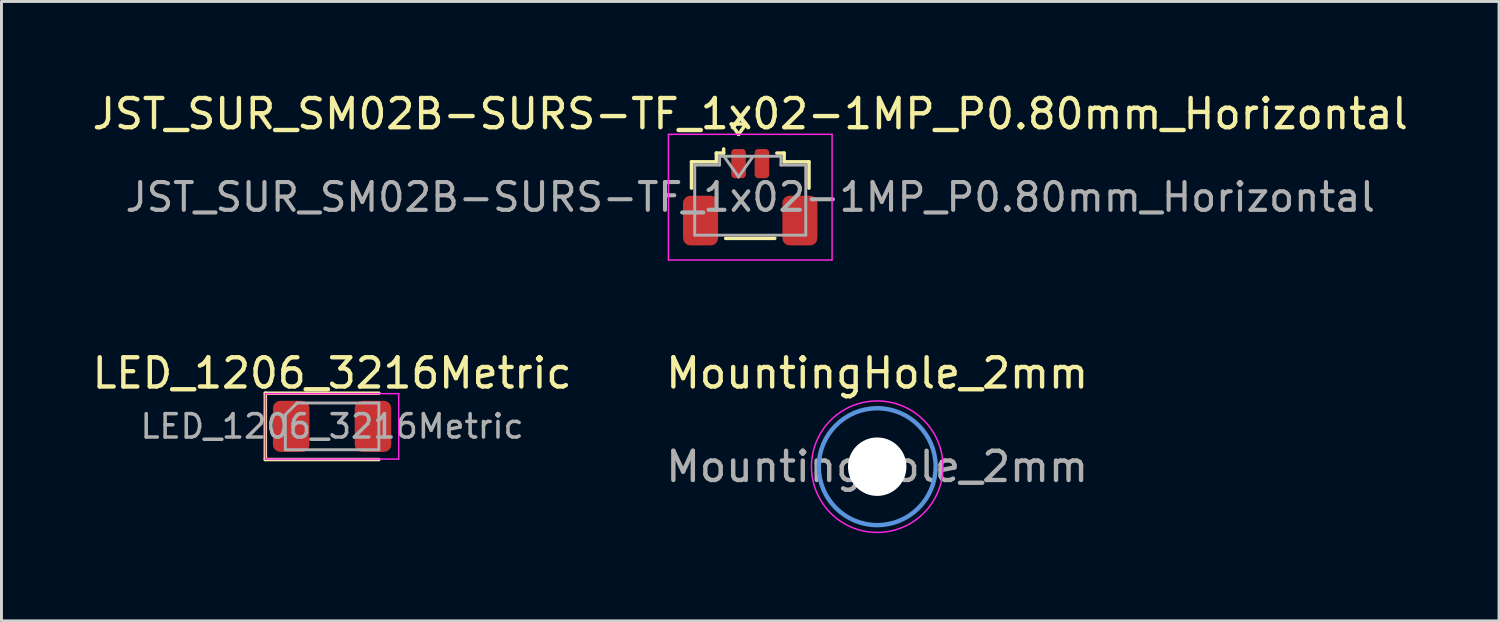
<source format=kicad_pcb>
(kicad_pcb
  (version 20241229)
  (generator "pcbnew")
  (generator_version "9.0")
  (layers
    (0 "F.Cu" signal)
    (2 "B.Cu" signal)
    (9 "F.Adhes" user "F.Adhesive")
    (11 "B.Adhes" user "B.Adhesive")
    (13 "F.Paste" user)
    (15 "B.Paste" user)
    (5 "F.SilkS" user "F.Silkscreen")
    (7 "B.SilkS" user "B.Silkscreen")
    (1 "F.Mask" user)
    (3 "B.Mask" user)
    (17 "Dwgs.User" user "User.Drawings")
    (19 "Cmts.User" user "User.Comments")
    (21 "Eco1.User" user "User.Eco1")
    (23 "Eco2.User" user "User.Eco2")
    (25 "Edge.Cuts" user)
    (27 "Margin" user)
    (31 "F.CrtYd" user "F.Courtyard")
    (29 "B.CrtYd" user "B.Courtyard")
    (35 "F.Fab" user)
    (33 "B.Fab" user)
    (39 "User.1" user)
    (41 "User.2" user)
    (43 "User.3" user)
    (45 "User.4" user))
  (footprint "JST_SUR_SM02B-SURS-TF_1x02-1MP_P0.80mm_Horizontal"
    (layer "F.Cu")
    (at 22.625 3.698)
    (property "Reference" "JST_SUR_SM02B-SURS-TF_1x02-1MP_P0.80mm_Horizontal" (at 0 -2.85 0) (layer "F.SilkS") (effects (font (size 1 1) (thickness 0.15))))
    (attr smd)
    (fp_line (start -2.01 -1.21) (end -1.16 -1.21) (stroke (width 0.12) (type solid)) (layer "F.SilkS"))
    (fp_line (start -2.01 -0.31) (end -2.01 -1.21) (stroke (width 0.12) (type solid)) (layer "F.SilkS"))
    (fp_line (start -1.16 -1.51) (end -0.91 -1.51) (stroke (width 0.12) (type solid)) (layer "F.SilkS"))
    (fp_line (start -1.16 -1.21) (end -1.16 -1.51) (stroke (width 0.12) (type solid)) (layer "F.SilkS"))
    (fp_line (start -0.91 -1.51) (end -0.91 -1.65) (stroke (width 0.12) (type solid)) (layer "F.SilkS"))
    (fp_line (start -0.84 1.41) (end 0.84 1.41) (stroke (width 0.12) (type solid)) (layer "F.SilkS"))
    (fp_line (start -0.65 -2.504) (end -0.4 -2.15) (stroke (width 0.12) (type solid)) (layer "F.SilkS"))
    (fp_line (start -0.4 -2.15) (end -0.15 -2.504) (stroke (width 0.12) (type solid)) (layer "F.SilkS"))
    (fp_line (start -0.15 -2.504) (end -0.65 -2.504) (stroke (width 0.12) (type solid)) (layer "F.SilkS"))
    (fp_line (start 1.16 -1.51) (end 0.91 -1.51) (stroke (width 0.12) (type solid)) (layer "F.SilkS"))
    (fp_line (start 1.16 -1.21) (end 1.16 -1.51) (stroke (width 0.12) (type solid)) (layer "F.SilkS"))
    (fp_line (start 2.01 -1.21) (end 1.16 -1.21) (stroke (width 0.12) (type solid)) (layer "F.SilkS"))
    (fp_line (start 2.01 -0.31) (end 2.01 -1.21) (stroke (width 0.12) (type solid)) (layer "F.SilkS"))
    (fp_line (start -2.8 -2.15) (end -2.8 2.15) (stroke (width 0.05) (type solid)) (layer "F.CrtYd"))
    (fp_line (start -2.8 2.15) (end 2.8 2.15) (stroke (width 0.05) (type solid)) (layer "F.CrtYd"))
    (fp_line (start 2.8 -2.15) (end -2.8 -2.15) (stroke (width 0.05) (type solid)) (layer "F.CrtYd"))
    (fp_line (start 2.8 2.15) (end 2.8 -2.15) (stroke (width 0.05) (type solid)) (layer "F.CrtYd"))
    (fp_line (start -1.9 -1.1) (end -1.9 1.3) (stroke (width 0.1) (type solid)) (layer "F.Fab"))
    (fp_line (start -1.9 -1.1) (end -1.05 -1.1) (stroke (width 0.1) (type solid)) (layer "F.Fab"))
    (fp_line (start -1.9 1.3) (end 1.9 1.3) (stroke (width 0.1) (type solid)) (layer "F.Fab"))
    (fp_line (start -1.05 -1.4) (end 1.05 -1.4) (stroke (width 0.1) (type solid)) (layer "F.Fab"))
    (fp_line (start -1.05 -1.1) (end -1.05 -1.4) (stroke (width 0.1) (type solid)) (layer "F.Fab"))
    (fp_line (start -0.9 -1.4) (end -0.4 -0.693) (stroke (width 0.1) (type solid)) (layer "F.Fab"))
    (fp_line (start -0.4 -0.693) (end 0.1 -1.4) (stroke (width 0.1) (type solid)) (layer "F.Fab"))
    (fp_line (start 1.05 -1.4) (end 1.05 -1.1) (stroke (width 0.1) (type solid)) (layer "F.Fab"))
    (fp_line (start 1.05 -1.1) (end 1.9 -1.1) (stroke (width 0.1) (type solid)) (layer "F.Fab"))
    (fp_line (start 1.9 -1.1) (end 1.9 1.3) (stroke (width 0.1) (type solid)) (layer "F.Fab"))
    (fp_text user "${REFERENCE}" (at 0 0 0) (layer "F.Fab") (effects (font (size 0.95 0.95) (thickness 0.14))))
    (pad "1" smd roundrect (at -0.4 -1.15) (size 0.5 1) (layers "F.Cu" "F.Mask" "F.Paste") (roundrect_rratio 0.25))
    (pad "2" smd roundrect (at 0.4 -1.15) (size 0.5 1) (layers "F.Cu" "F.Mask" "F.Paste") (roundrect_rratio 0.25))
    (pad "MP" smd roundrect (at -1.7 0.8) (size 1.2 1.7) (layers "F.Cu" "F.Mask" "F.Paste") (roundrect_rratio 0.208))
    (pad "MP" smd roundrect (at 1.7 0.8) (size 1.2 1.7) (layers "F.Cu" "F.Mask" "F.Paste") (roundrect_rratio 0.208)))
  (footprint "MountingHole_2mm"
    (layer "F.Cu")
    (at 26.97 12.921)
    (property "Reference" "MountingHole_2mm" (at 0 -3.2 0) (layer "F.SilkS") (effects (font (size 1 1) (thickness 0.15))))
    (attr exclude_from_pos_files exclude_from_bom)
    (fp_circle (center 0 0) (end 2 0) (stroke (width 0.15) (type solid)) (fill no) (layer "Cmts.User"))
    (fp_circle (center 0 0) (end 2.25 0) (stroke (width 0.05) (type solid)) (fill no) (layer "F.CrtYd"))
    (fp_text user "${REFERENCE}" (at 0 0 0) (layer "F.Fab") (effects (font (size 1 1) (thickness 0.15))))
    (pad "" np_thru_hole circle (at 0 0) (size 2 2) (drill 2) (layers "*.Cu" "*.Mask")))
  (footprint "LED_1206_3216Metric"
    (layer "F.Cu")
    (at 8.315 11.541)
    (property "Reference" "LED_1206_3216Metric" (at 0 -1.82 0) (layer "F.SilkS") (effects (font (size 1 1) (thickness 0.15))))
    (attr smd)
    (fp_line (start -2.285 -1.135) (end -2.285 1.135) (stroke (width 0.12) (type solid)) (layer "F.SilkS"))
    (fp_line (start -2.285 1.135) (end 1.6 1.135) (stroke (width 0.12) (type solid)) (layer "F.SilkS"))
    (fp_line (start 1.6 -1.135) (end -2.285 -1.135) (stroke (width 0.12) (type solid)) (layer "F.SilkS"))
    (fp_line (start -2.28 -1.12) (end 2.28 -1.12) (stroke (width 0.05) (type solid)) (layer "F.CrtYd"))
    (fp_line (start -2.28 1.12) (end -2.28 -1.12) (stroke (width 0.05) (type solid)) (layer "F.CrtYd"))
    (fp_line (start 2.28 -1.12) (end 2.28 1.12) (stroke (width 0.05) (type solid)) (layer "F.CrtYd"))
    (fp_line (start 2.28 1.12) (end -2.28 1.12) (stroke (width 0.05) (type solid)) (layer "F.CrtYd"))
    (fp_line (start -1.6 -0.4) (end -1.6 0.8) (stroke (width 0.1) (type solid)) (layer "F.Fab"))
    (fp_line (start -1.6 0.8) (end 1.6 0.8) (stroke (width 0.1) (type solid)) (layer "F.Fab"))
    (fp_line (start -1.2 -0.8) (end -1.6 -0.4) (stroke (width 0.1) (type solid)) (layer "F.Fab"))
    (fp_line (start 1.6 -0.8) (end -1.2 -0.8) (stroke (width 0.1) (type solid)) (layer "F.Fab"))
    (fp_line (start 1.6 0.8) (end 1.6 -0.8) (stroke (width 0.1) (type solid)) (layer "F.Fab"))
    (fp_text user "${REFERENCE}" (at 0 0 0) (layer "F.Fab") (effects (font (size 0.8 0.8) (thickness 0.12))))
    (pad "1" smd roundrect (at -1.4 0) (size 1.25 1.75) (layers "F.Cu" "F.Mask" "F.Paste") (roundrect_rratio 0.2))
    (pad "2" smd roundrect (at 1.4 0) (size 1.25 1.75) (layers "F.Cu" "F.Mask" "F.Paste") (roundrect_rratio 0.2)))
  (gr_rect
    (start -3 -3)
    (end 48.25 18.197)
    (stroke (width 0.1) (type default))
    (fill no)
    (layer "Edge.Cuts")))
</source>
